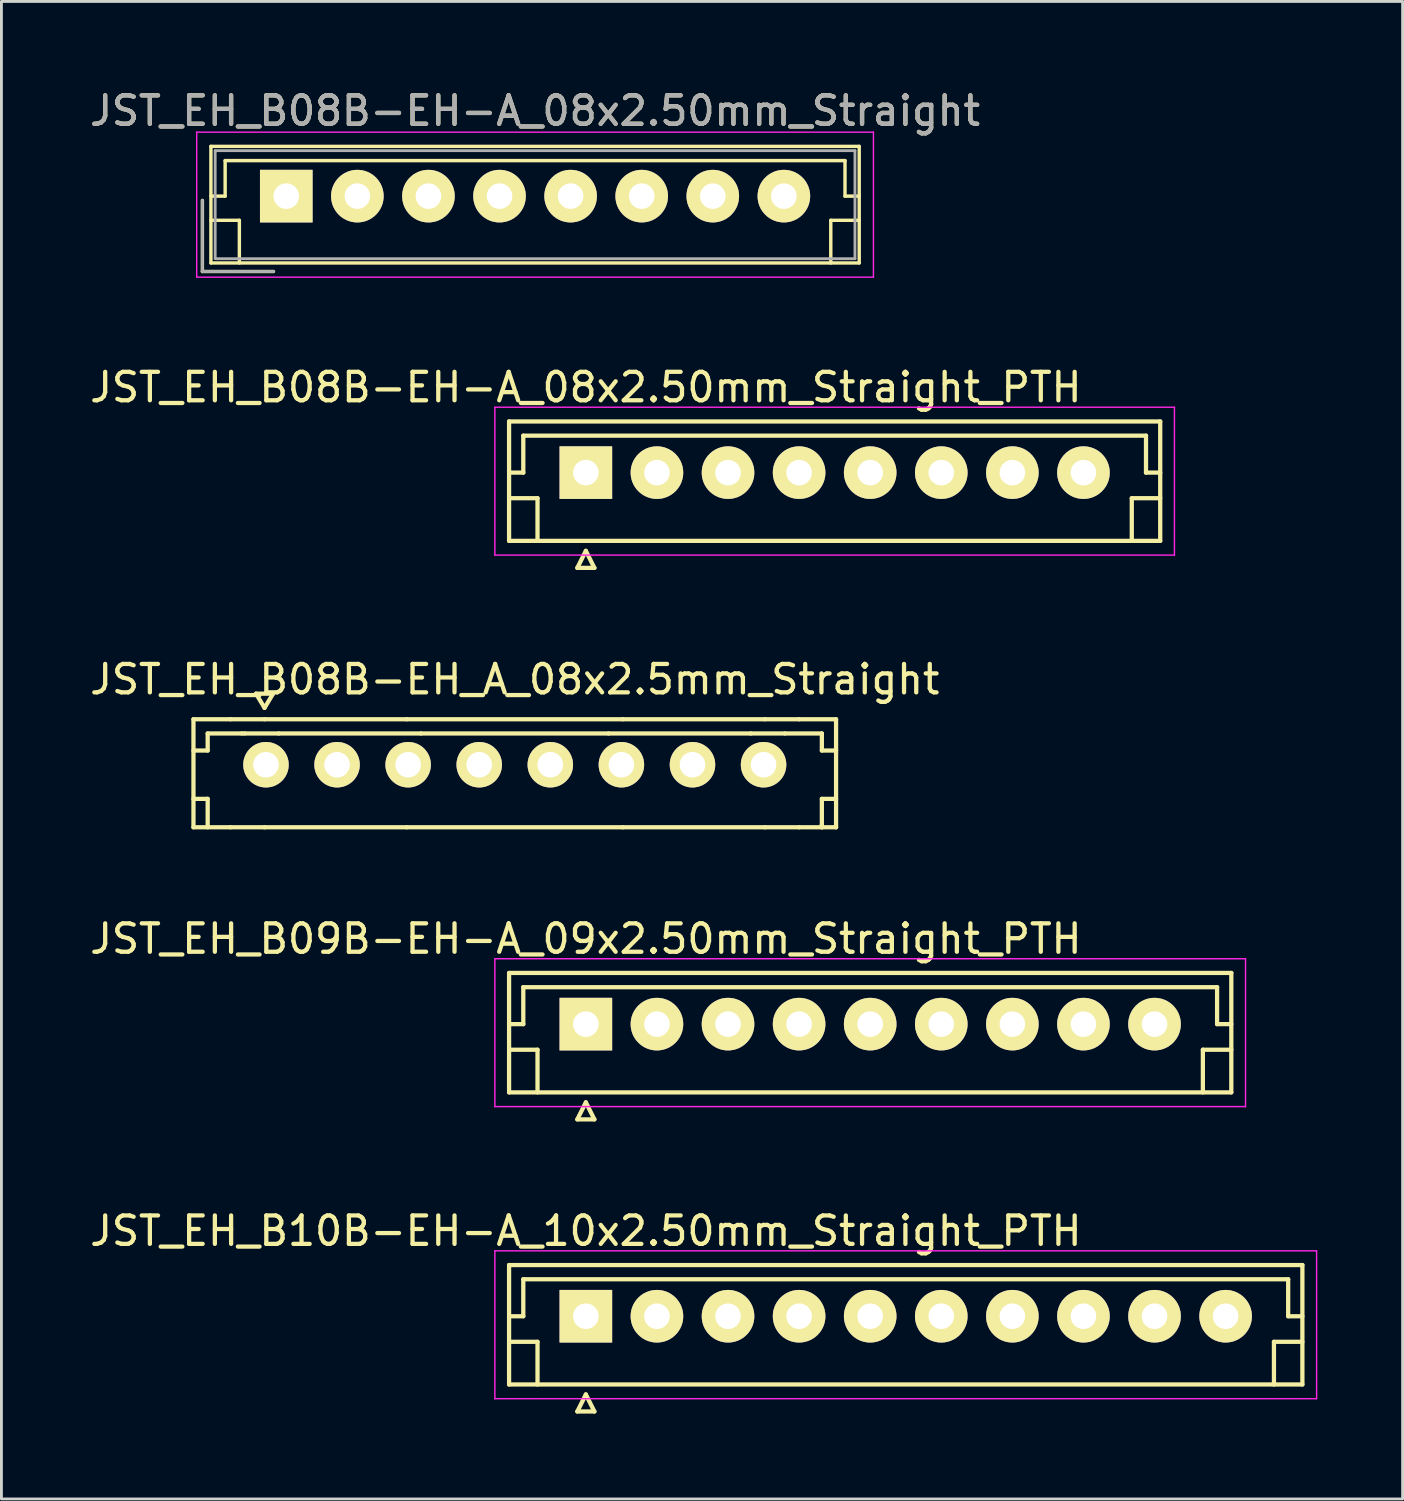
<source format=kicad_pcb>
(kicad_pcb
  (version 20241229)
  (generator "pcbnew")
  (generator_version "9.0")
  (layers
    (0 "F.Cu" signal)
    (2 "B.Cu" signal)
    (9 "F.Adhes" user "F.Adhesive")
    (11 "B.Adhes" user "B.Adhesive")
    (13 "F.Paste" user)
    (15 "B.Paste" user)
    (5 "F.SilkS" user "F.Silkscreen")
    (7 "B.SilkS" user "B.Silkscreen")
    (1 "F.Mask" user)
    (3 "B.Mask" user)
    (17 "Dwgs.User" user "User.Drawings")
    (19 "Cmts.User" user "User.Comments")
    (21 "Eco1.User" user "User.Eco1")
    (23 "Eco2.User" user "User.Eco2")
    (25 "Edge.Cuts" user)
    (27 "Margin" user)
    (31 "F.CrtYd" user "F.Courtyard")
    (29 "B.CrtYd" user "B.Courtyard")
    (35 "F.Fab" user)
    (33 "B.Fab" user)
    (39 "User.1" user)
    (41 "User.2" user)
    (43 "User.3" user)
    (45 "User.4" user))
  (footprint "JST_EH_B09B-EH-A_09x2.50mm_Straight_PTH"
    (layer "F.Cu")
    (at 17.554 32.968)
    (property "Reference" "JST_EH_B09B-EH-A_09x2.50mm_Straight_PTH" (at 0 -3 0) (layer "F.SilkS") (effects (font (size 1 1) (thickness 0.15))))
    (attr through_hole)
    (fp_line (start -2.7 -1.8) (end -2.7 2.4) (stroke (width 0.15) (type solid)) (layer "F.SilkS"))
    (fp_line (start -2.7 0) (end -2.2 0) (stroke (width 0.15) (type solid)) (layer "F.SilkS"))
    (fp_line (start -2.7 0.9) (end -1.7 0.9) (stroke (width 0.15) (type solid)) (layer "F.SilkS"))
    (fp_line (start -2.7 2.4) (end 22.7 2.4) (stroke (width 0.15) (type solid)) (layer "F.SilkS"))
    (fp_line (start -2.2 -1.3) (end 22.2 -1.3) (stroke (width 0.15) (type solid)) (layer "F.SilkS"))
    (fp_line (start -2.2 0) (end -2.2 -1.3) (stroke (width 0.15) (type solid)) (layer "F.SilkS"))
    (fp_line (start -1.7 0.9) (end -1.7 2.4) (stroke (width 0.15) (type solid)) (layer "F.SilkS"))
    (fp_line (start -0.3 3.35) (end 0.3 3.35) (stroke (width 0.15) (type solid)) (layer "F.SilkS"))
    (fp_line (start 0 2.75) (end -0.3 3.35) (stroke (width 0.15) (type solid)) (layer "F.SilkS"))
    (fp_line (start 0.3 3.35) (end 0 2.75) (stroke (width 0.15) (type solid)) (layer "F.SilkS"))
    (fp_line (start 21.7 0.9) (end 21.7 2.4) (stroke (width 0.15) (type solid)) (layer "F.SilkS"))
    (fp_line (start 22.2 -1.3) (end 22.2 0) (stroke (width 0.15) (type solid)) (layer "F.SilkS"))
    (fp_line (start 22.2 0) (end 22.7 0) (stroke (width 0.15) (type solid)) (layer "F.SilkS"))
    (fp_line (start 22.7 -1.8) (end -2.7 -1.8) (stroke (width 0.15) (type solid)) (layer "F.SilkS"))
    (fp_line (start 22.7 0.9) (end 21.7 0.9) (stroke (width 0.15) (type solid)) (layer "F.SilkS"))
    (fp_line (start 22.7 2.4) (end 22.7 -1.8) (stroke (width 0.15) (type solid)) (layer "F.SilkS"))
    (fp_line (start -3.2 -2.3) (end -3.2 2.9) (stroke (width 0.05) (type solid)) (layer "F.CrtYd"))
    (fp_line (start -3.2 2.9) (end 23.2 2.9) (stroke (width 0.05) (type solid)) (layer "F.CrtYd"))
    (fp_line (start 23.2 -2.3) (end -3.2 -2.3) (stroke (width 0.05) (type solid)) (layer "F.CrtYd"))
    (fp_line (start 23.2 2.9) (end 23.2 -2.3) (stroke (width 0.05) (type solid)) (layer "F.CrtYd"))
    (pad "1" thru_hole rect (at 0 0) (size 1.85 1.85) (drill 0.9) (layers "*.Cu" "*.Mask" "F.SilkS"))
    (pad "2" thru_hole circle (at 2.5 0) (size 1.85 1.85) (drill 0.9) (layers "*.Cu" "*.Mask" "F.SilkS"))
    (pad "3" thru_hole circle (at 5 0) (size 1.85 1.85) (drill 0.9) (layers "*.Cu" "*.Mask" "F.SilkS"))
    (pad "4" thru_hole circle (at 7.5 0) (size 1.85 1.85) (drill 0.9) (layers "*.Cu" "*.Mask" "F.SilkS"))
    (pad "5" thru_hole circle (at 10 0) (size 1.85 1.85) (drill 0.9) (layers "*.Cu" "*.Mask" "F.SilkS"))
    (pad "6" thru_hole circle (at 12.5 0) (size 1.85 1.85) (drill 0.9) (layers "*.Cu" "*.Mask" "F.SilkS"))
    (pad "7" thru_hole circle (at 15 0) (size 1.85 1.85) (drill 0.9) (layers "*.Cu" "*.Mask" "F.SilkS"))
    (pad "8" thru_hole circle (at 17.5 0) (size 1.85 1.85) (drill 0.9) (layers "*.Cu" "*.Mask" "F.SilkS"))
    (pad "9" thru_hole circle (at 20 0) (size 1.85 1.85) (drill 0.9) (layers "*.Cu" "*.Mask" "F.SilkS")))
  (footprint "JST_EH_B08B-EH_A_08x2.5mm_Straight"
    (layer "F.Cu")
    (at 15.054 23.845)
    (property "Reference" "JST_EH_B08B-EH_A_08x2.5mm_Straight" (at 0 -3 0) (layer "F.SilkS") (effects (font (size 1 1) (thickness 0.15))))
    (attr through_hole)
    (fp_line (start -11.3 -1.6) (end -11.3 2.2) (stroke (width 0.15) (type solid)) (layer "F.SilkS"))
    (fp_line (start -11.3 -1.6) (end -10 -1.6) (stroke (width 0.15) (type solid)) (layer "F.SilkS"))
    (fp_line (start -11.3 2.2) (end -10 2.2) (stroke (width 0.15) (type solid)) (layer "F.SilkS"))
    (fp_line (start -10.8 -1.1) (end -10.8 -0.5) (stroke (width 0.15) (type solid)) (layer "F.SilkS"))
    (fp_line (start -10.8 -0.5) (end -11.3 -0.5) (stroke (width 0.15) (type solid)) (layer "F.SilkS"))
    (fp_line (start -10.8 1.2) (end -11.3 1.2) (stroke (width 0.15) (type solid)) (layer "F.SilkS"))
    (fp_line (start -10.8 1.2) (end -10.8 2.2) (stroke (width 0.15) (type solid)) (layer "F.SilkS"))
    (fp_line (start -9.6 -1.1) (end -10.8 -1.1) (stroke (width 0.15) (type solid)) (layer "F.SilkS"))
    (fp_line (start -9.5 -1.1) (end -9.6 -1.1) (stroke (width 0.15) (type solid)) (layer "F.SilkS"))
    (fp_line (start -9.5 -1.1) (end -8.3 -1.1) (stroke (width 0.15) (type solid)) (layer "F.SilkS"))
    (fp_line (start -9.1 -2.5) (end -8.8 -2) (stroke (width 0.15) (type solid)) (layer "F.SilkS"))
    (fp_line (start -8.8 -2) (end -8.5 -2.5) (stroke (width 0.15) (type solid)) (layer "F.SilkS"))
    (fp_line (start -8.8 -1.6) (end -10 -1.6) (stroke (width 0.15) (type solid)) (layer "F.SilkS"))
    (fp_line (start -8.8 -1.6) (end -3.8 -1.6) (stroke (width 0.15) (type solid)) (layer "F.SilkS"))
    (fp_line (start -8.8 2.2) (end -10 2.2) (stroke (width 0.15) (type solid)) (layer "F.SilkS"))
    (fp_line (start -8.8 2.2) (end -3.8 2.2) (stroke (width 0.15) (type solid)) (layer "F.SilkS"))
    (fp_line (start -8.5 -2.5) (end -9.1 -2.5) (stroke (width 0.15) (type solid)) (layer "F.SilkS"))
    (fp_line (start -3.8 -1.6) (end 3.8 -1.6) (stroke (width 0.15) (type solid)) (layer "F.SilkS"))
    (fp_line (start -3.3 -1.1) (end -8.3 -1.1) (stroke (width 0.15) (type solid)) (layer "F.SilkS"))
    (fp_line (start 3.3 -1.1) (end -3.3 -1.1) (stroke (width 0.15) (type solid)) (layer "F.SilkS"))
    (fp_line (start 3.8 -1.6) (end 8.8 -1.6) (stroke (width 0.15) (type solid)) (layer "F.SilkS"))
    (fp_line (start 3.8 2.2) (end -3.8 2.2) (stroke (width 0.15) (type solid)) (layer "F.SilkS"))
    (fp_line (start 3.8 2.2) (end 8.8 2.2) (stroke (width 0.15) (type solid)) (layer "F.SilkS"))
    (fp_line (start 8.3 -1.1) (end 3.3 -1.1) (stroke (width 0.15) (type solid)) (layer "F.SilkS"))
    (fp_line (start 8.3 -1.1) (end 9.5 -1.1) (stroke (width 0.15) (type solid)) (layer "F.SilkS"))
    (fp_line (start 9.5 -1.1) (end 10.8 -1.1) (stroke (width 0.15) (type solid)) (layer "F.SilkS"))
    (fp_line (start 10 -1.6) (end 8.8 -1.6) (stroke (width 0.15) (type solid)) (layer "F.SilkS"))
    (fp_line (start 10 2.2) (end 8.8 2.2) (stroke (width 0.15) (type solid)) (layer "F.SilkS"))
    (fp_line (start 10.8 -1.1) (end 10.8 -0.5) (stroke (width 0.15) (type solid)) (layer "F.SilkS"))
    (fp_line (start 10.8 1.2) (end 10.8 2.2) (stroke (width 0.15) (type solid)) (layer "F.SilkS"))
    (fp_line (start 10.8 1.2) (end 11.3 1.2) (stroke (width 0.15) (type solid)) (layer "F.SilkS"))
    (fp_line (start 10.8 2.2) (end 10.8 2.1) (stroke (width 0.15) (type solid)) (layer "F.SilkS"))
    (fp_line (start 11.3 -1.6) (end 10 -1.6) (stroke (width 0.15) (type solid)) (layer "F.SilkS"))
    (fp_line (start 11.3 -1.6) (end 11.3 2.2) (stroke (width 0.15) (type solid)) (layer "F.SilkS"))
    (fp_line (start 11.3 -0.5) (end 10.8 -0.5) (stroke (width 0.15) (type solid)) (layer "F.SilkS"))
    (fp_line (start 11.3 2.2) (end 10 2.2) (stroke (width 0.15) (type solid)) (layer "F.SilkS"))
    (pad "1" thru_hole circle (at -8.75 0) (size 1.6 1.6) (drill 0.9) (layers "*.Cu" "*.Mask" "F.SilkS"))
    (pad "2" thru_hole circle (at -6.25 0) (size 1.6 1.6) (drill 0.9) (layers "*.Cu" "*.Mask" "F.SilkS"))
    (pad "3" thru_hole circle (at -3.75 0) (size 1.6 1.6) (drill 0.9) (layers "*.Cu" "*.Mask" "F.SilkS"))
    (pad "4" thru_hole circle (at -1.25 0) (size 1.6 1.6) (drill 0.9) (layers "*.Cu" "*.Mask" "F.SilkS"))
    (pad "5" thru_hole circle (at 1.25 0) (size 1.6 1.6) (drill 0.9) (layers "*.Cu" "*.Mask" "F.SilkS"))
    (pad "6" thru_hole circle (at 3.75 0) (size 1.6 1.6) (drill 0.9) (layers "*.Cu" "*.Mask" "F.SilkS"))
    (pad "7" thru_hole circle (at 6.25 0) (size 1.6 1.6) (drill 0.9) (layers "*.Cu" "*.Mask" "F.SilkS"))
    (pad "8" thru_hole circle (at 8.75 0) (size 1.6 1.6) (drill 0.9) (layers "*.Cu" "*.Mask" "F.SilkS")))
  (footprint "JST_EH_B08B-EH-A_08x2.50mm_Straight_PTH"
    (layer "F.Cu")
    (at 17.554 13.572)
    (property "Reference" "JST_EH_B08B-EH-A_08x2.50mm_Straight_PTH" (at 0 -3 0) (layer "F.SilkS") (effects (font (size 1 1) (thickness 0.15))))
    (attr through_hole)
    (fp_line (start -2.7 -1.8) (end -2.7 2.4) (stroke (width 0.15) (type solid)) (layer "F.SilkS"))
    (fp_line (start -2.7 0) (end -2.2 0) (stroke (width 0.15) (type solid)) (layer "F.SilkS"))
    (fp_line (start -2.7 0.9) (end -1.7 0.9) (stroke (width 0.15) (type solid)) (layer "F.SilkS"))
    (fp_line (start -2.7 2.4) (end 20.2 2.4) (stroke (width 0.15) (type solid)) (layer "F.SilkS"))
    (fp_line (start -2.2 -1.3) (end 19.7 -1.3) (stroke (width 0.15) (type solid)) (layer "F.SilkS"))
    (fp_line (start -2.2 0) (end -2.2 -1.3) (stroke (width 0.15) (type solid)) (layer "F.SilkS"))
    (fp_line (start -1.7 0.9) (end -1.7 2.4) (stroke (width 0.15) (type solid)) (layer "F.SilkS"))
    (fp_line (start -0.3 3.35) (end 0.3 3.35) (stroke (width 0.15) (type solid)) (layer "F.SilkS"))
    (fp_line (start 0 2.75) (end -0.3 3.35) (stroke (width 0.15) (type solid)) (layer "F.SilkS"))
    (fp_line (start 0.3 3.35) (end 0 2.75) (stroke (width 0.15) (type solid)) (layer "F.SilkS"))
    (fp_line (start 19.2 0.9) (end 19.2 2.4) (stroke (width 0.15) (type solid)) (layer "F.SilkS"))
    (fp_line (start 19.7 -1.3) (end 19.7 0) (stroke (width 0.15) (type solid)) (layer "F.SilkS"))
    (fp_line (start 19.7 0) (end 20.2 0) (stroke (width 0.15) (type solid)) (layer "F.SilkS"))
    (fp_line (start 20.2 -1.8) (end -2.7 -1.8) (stroke (width 0.15) (type solid)) (layer "F.SilkS"))
    (fp_line (start 20.2 0.9) (end 19.2 0.9) (stroke (width 0.15) (type solid)) (layer "F.SilkS"))
    (fp_line (start 20.2 2.4) (end 20.2 -1.8) (stroke (width 0.15) (type solid)) (layer "F.SilkS"))
    (fp_line (start -3.2 -2.3) (end -3.2 2.9) (stroke (width 0.05) (type solid)) (layer "F.CrtYd"))
    (fp_line (start -3.2 2.9) (end 20.7 2.9) (stroke (width 0.05) (type solid)) (layer "F.CrtYd"))
    (fp_line (start 20.7 -2.3) (end -3.2 -2.3) (stroke (width 0.05) (type solid)) (layer "F.CrtYd"))
    (fp_line (start 20.7 2.9) (end 20.7 -2.3) (stroke (width 0.05) (type solid)) (layer "F.CrtYd"))
    (pad "1" thru_hole rect (at 0 0) (size 1.85 1.85) (drill 0.9) (layers "*.Cu" "*.Mask" "F.SilkS"))
    (pad "2" thru_hole circle (at 2.5 0) (size 1.85 1.85) (drill 0.9) (layers "*.Cu" "*.Mask" "F.SilkS"))
    (pad "3" thru_hole circle (at 5 0) (size 1.85 1.85) (drill 0.9) (layers "*.Cu" "*.Mask" "F.SilkS"))
    (pad "4" thru_hole circle (at 7.5 0) (size 1.85 1.85) (drill 0.9) (layers "*.Cu" "*.Mask" "F.SilkS"))
    (pad "5" thru_hole circle (at 10 0) (size 1.85 1.85) (drill 0.9) (layers "*.Cu" "*.Mask" "F.SilkS"))
    (pad "6" thru_hole circle (at 12.5 0) (size 1.85 1.85) (drill 0.9) (layers "*.Cu" "*.Mask" "F.SilkS"))
    (pad "7" thru_hole circle (at 15 0) (size 1.85 1.85) (drill 0.9) (layers "*.Cu" "*.Mask" "F.SilkS"))
    (pad "8" thru_hole circle (at 17.5 0) (size 1.85 1.85) (drill 0.9) (layers "*.Cu" "*.Mask" "F.SilkS")))
  (footprint "JST_EH_B10B-EH-A_10x2.50mm_Straight_PTH"
    (layer "F.Cu")
    (at 17.554 43.241)
    (property "Reference" "JST_EH_B10B-EH-A_10x2.50mm_Straight_PTH" (at 0 -3 0) (layer "F.SilkS") (effects (font (size 1 1) (thickness 0.15))))
    (attr through_hole)
    (fp_line (start -2.7 -1.8) (end -2.7 2.4) (stroke (width 0.15) (type solid)) (layer "F.SilkS"))
    (fp_line (start -2.7 0) (end -2.2 0) (stroke (width 0.15) (type solid)) (layer "F.SilkS"))
    (fp_line (start -2.7 0.9) (end -1.7 0.9) (stroke (width 0.15) (type solid)) (layer "F.SilkS"))
    (fp_line (start -2.7 2.4) (end 25.2 2.4) (stroke (width 0.15) (type solid)) (layer "F.SilkS"))
    (fp_line (start -2.2 -1.3) (end 24.7 -1.3) (stroke (width 0.15) (type solid)) (layer "F.SilkS"))
    (fp_line (start -2.2 0) (end -2.2 -1.3) (stroke (width 0.15) (type solid)) (layer "F.SilkS"))
    (fp_line (start -1.7 0.9) (end -1.7 2.4) (stroke (width 0.15) (type solid)) (layer "F.SilkS"))
    (fp_line (start -0.3 3.35) (end 0.3 3.35) (stroke (width 0.15) (type solid)) (layer "F.SilkS"))
    (fp_line (start 0 2.75) (end -0.3 3.35) (stroke (width 0.15) (type solid)) (layer "F.SilkS"))
    (fp_line (start 0.3 3.35) (end 0 2.75) (stroke (width 0.15) (type solid)) (layer "F.SilkS"))
    (fp_line (start 24.2 0.9) (end 24.2 2.4) (stroke (width 0.15) (type solid)) (layer "F.SilkS"))
    (fp_line (start 24.7 -1.3) (end 24.7 0) (stroke (width 0.15) (type solid)) (layer "F.SilkS"))
    (fp_line (start 24.7 0) (end 25.2 0) (stroke (width 0.15) (type solid)) (layer "F.SilkS"))
    (fp_line (start 25.2 -1.8) (end -2.7 -1.8) (stroke (width 0.15) (type solid)) (layer "F.SilkS"))
    (fp_line (start 25.2 0.9) (end 24.2 0.9) (stroke (width 0.15) (type solid)) (layer "F.SilkS"))
    (fp_line (start 25.2 2.4) (end 25.2 -1.8) (stroke (width 0.15) (type solid)) (layer "F.SilkS"))
    (fp_line (start -3.2 -2.3) (end -3.2 2.9) (stroke (width 0.05) (type solid)) (layer "F.CrtYd"))
    (fp_line (start -3.2 2.9) (end 25.7 2.9) (stroke (width 0.05) (type solid)) (layer "F.CrtYd"))
    (fp_line (start 25.7 -2.3) (end -3.2 -2.3) (stroke (width 0.05) (type solid)) (layer "F.CrtYd"))
    (fp_line (start 25.7 2.9) (end 25.7 -2.3) (stroke (width 0.05) (type solid)) (layer "F.CrtYd"))
    (pad "1" thru_hole rect (at 0 0) (size 1.85 1.85) (drill 0.9) (layers "*.Cu" "*.Mask" "F.SilkS"))
    (pad "2" thru_hole circle (at 2.5 0) (size 1.85 1.85) (drill 0.9) (layers "*.Cu" "*.Mask" "F.SilkS"))
    (pad "3" thru_hole circle (at 5 0) (size 1.85 1.85) (drill 0.9) (layers "*.Cu" "*.Mask" "F.SilkS"))
    (pad "4" thru_hole circle (at 7.5 0) (size 1.85 1.85) (drill 0.9) (layers "*.Cu" "*.Mask" "F.SilkS"))
    (pad "5" thru_hole circle (at 10 0) (size 1.85 1.85) (drill 0.9) (layers "*.Cu" "*.Mask" "F.SilkS"))
    (pad "6" thru_hole circle (at 12.5 0) (size 1.85 1.85) (drill 0.9) (layers "*.Cu" "*.Mask" "F.SilkS"))
    (pad "7" thru_hole circle (at 15 0) (size 1.85 1.85) (drill 0.9) (layers "*.Cu" "*.Mask" "F.SilkS"))
    (pad "8" thru_hole circle (at 17.5 0) (size 1.85 1.85) (drill 0.9) (layers "*.Cu" "*.Mask" "F.SilkS"))
    (pad "9" thru_hole circle (at 20 0) (size 1.85 1.85) (drill 0.9) (layers "*.Cu" "*.Mask" "F.SilkS"))
    (pad "10" thru_hole circle (at 22.5 0) (size 1.85 1.85) (drill 0.9) (layers "*.Cu" "*.Mask" "F.SilkS")))
  (footprint "JST_EH_B08B-EH-A_08x2.50mm_Straight"
    (layer "F.Cu")
    (at 7.018 3.848)
    (property "Reference" "JST_EH_B08B-EH-A_08x2.50mm_Straight" (at 8.75 -3 0) (layer "F.SilkS") (effects (font (size 1 1) (thickness 0.15))))
    (attr through_hole)
    (fp_line (start -2.95 0.15) (end -2.95 2.65) (stroke (width 0.12) (type solid)) (layer "F.SilkS"))
    (fp_line (start -2.95 2.65) (end -0.45 2.65) (stroke (width 0.12) (type solid)) (layer "F.SilkS"))
    (fp_line (start -2.65 -1.75) (end -2.65 2.35) (stroke (width 0.12) (type solid)) (layer "F.SilkS"))
    (fp_line (start -2.65 0) (end -2.15 0) (stroke (width 0.12) (type solid)) (layer "F.SilkS"))
    (fp_line (start -2.65 0.85) (end -1.65 0.85) (stroke (width 0.12) (type solid)) (layer "F.SilkS"))
    (fp_line (start -2.65 2.35) (end 20.15 2.35) (stroke (width 0.12) (type solid)) (layer "F.SilkS"))
    (fp_line (start -2.15 -1.25) (end 19.65 -1.25) (stroke (width 0.12) (type solid)) (layer "F.SilkS"))
    (fp_line (start -2.15 0) (end -2.15 -1.25) (stroke (width 0.12) (type solid)) (layer "F.SilkS"))
    (fp_line (start -1.65 0.85) (end -1.65 2.35) (stroke (width 0.12) (type solid)) (layer "F.SilkS"))
    (fp_line (start 19.15 0.85) (end 19.15 2.35) (stroke (width 0.12) (type solid)) (layer "F.SilkS"))
    (fp_line (start 19.65 -1.25) (end 19.65 0) (stroke (width 0.12) (type solid)) (layer "F.SilkS"))
    (fp_line (start 19.65 0) (end 20.15 0) (stroke (width 0.12) (type solid)) (layer "F.SilkS"))
    (fp_line (start 20.15 -1.75) (end -2.65 -1.75) (stroke (width 0.12) (type solid)) (layer "F.SilkS"))
    (fp_line (start 20.15 0.85) (end 19.15 0.85) (stroke (width 0.12) (type solid)) (layer "F.SilkS"))
    (fp_line (start 20.15 2.35) (end 20.15 -1.75) (stroke (width 0.12) (type solid)) (layer "F.SilkS"))
    (fp_line (start -3.15 -2.25) (end -3.15 2.85) (stroke (width 0.05) (type solid)) (layer "F.CrtYd"))
    (fp_line (start -3.15 2.85) (end 20.65 2.85) (stroke (width 0.05) (type solid)) (layer "F.CrtYd"))
    (fp_line (start 20.65 -2.25) (end -3.15 -2.25) (stroke (width 0.05) (type solid)) (layer "F.CrtYd"))
    (fp_line (start 20.65 2.85) (end 20.65 -2.25) (stroke (width 0.05) (type solid)) (layer "F.CrtYd"))
    (fp_line (start -2.95 0.15) (end -2.95 2.65) (stroke (width 0.1) (type solid)) (layer "F.Fab"))
    (fp_line (start -2.95 2.65) (end -0.45 2.65) (stroke (width 0.1) (type solid)) (layer "F.Fab"))
    (fp_line (start -2.5 -1.6) (end -2.5 2.2) (stroke (width 0.1) (type solid)) (layer "F.Fab"))
    (fp_line (start -2.5 2.2) (end 20 2.2) (stroke (width 0.1) (type solid)) (layer "F.Fab"))
    (fp_line (start 20 -1.6) (end -2.5 -1.6) (stroke (width 0.1) (type solid)) (layer "F.Fab"))
    (fp_line (start 20 2.2) (end 20 -1.6) (stroke (width 0.1) (type solid)) (layer "F.Fab"))
    (fp_text user "${REFERENCE}" (at 8.75 -3 0) (layer "F.Fab") (effects (font (size 1 1) (thickness 0.15))))
    (pad "1" thru_hole rect (at 0 0) (size 1.85 1.85) (drill 0.9) (layers "*.Cu" "*.Mask" "F.SilkS"))
    (pad "2" thru_hole circle (at 2.5 0) (size 1.85 1.85) (drill 0.9) (layers "*.Cu" "*.Mask" "F.SilkS"))
    (pad "3" thru_hole circle (at 5 0) (size 1.85 1.85) (drill 0.9) (layers "*.Cu" "*.Mask" "F.SilkS"))
    (pad "4" thru_hole circle (at 7.5 0) (size 1.85 1.85) (drill 0.9) (layers "*.Cu" "*.Mask" "F.SilkS"))
    (pad "5" thru_hole circle (at 10 0) (size 1.85 1.85) (drill 0.9) (layers "*.Cu" "*.Mask" "F.SilkS"))
    (pad "6" thru_hole circle (at 12.5 0) (size 1.85 1.85) (drill 0.9) (layers "*.Cu" "*.Mask" "F.SilkS"))
    (pad "7" thru_hole circle (at 15 0) (size 1.85 1.85) (drill 0.9) (layers "*.Cu" "*.Mask" "F.SilkS"))
    (pad "8" thru_hole circle (at 17.5 0) (size 1.85 1.85) (drill 0.9) (layers "*.Cu" "*.Mask" "F.SilkS")))
  (gr_rect
    (start -3 -3)
    (end 46.279 49.666)
    (stroke (width 0.1) (type default))
    (fill no)
    (layer "Edge.Cuts")))
</source>
